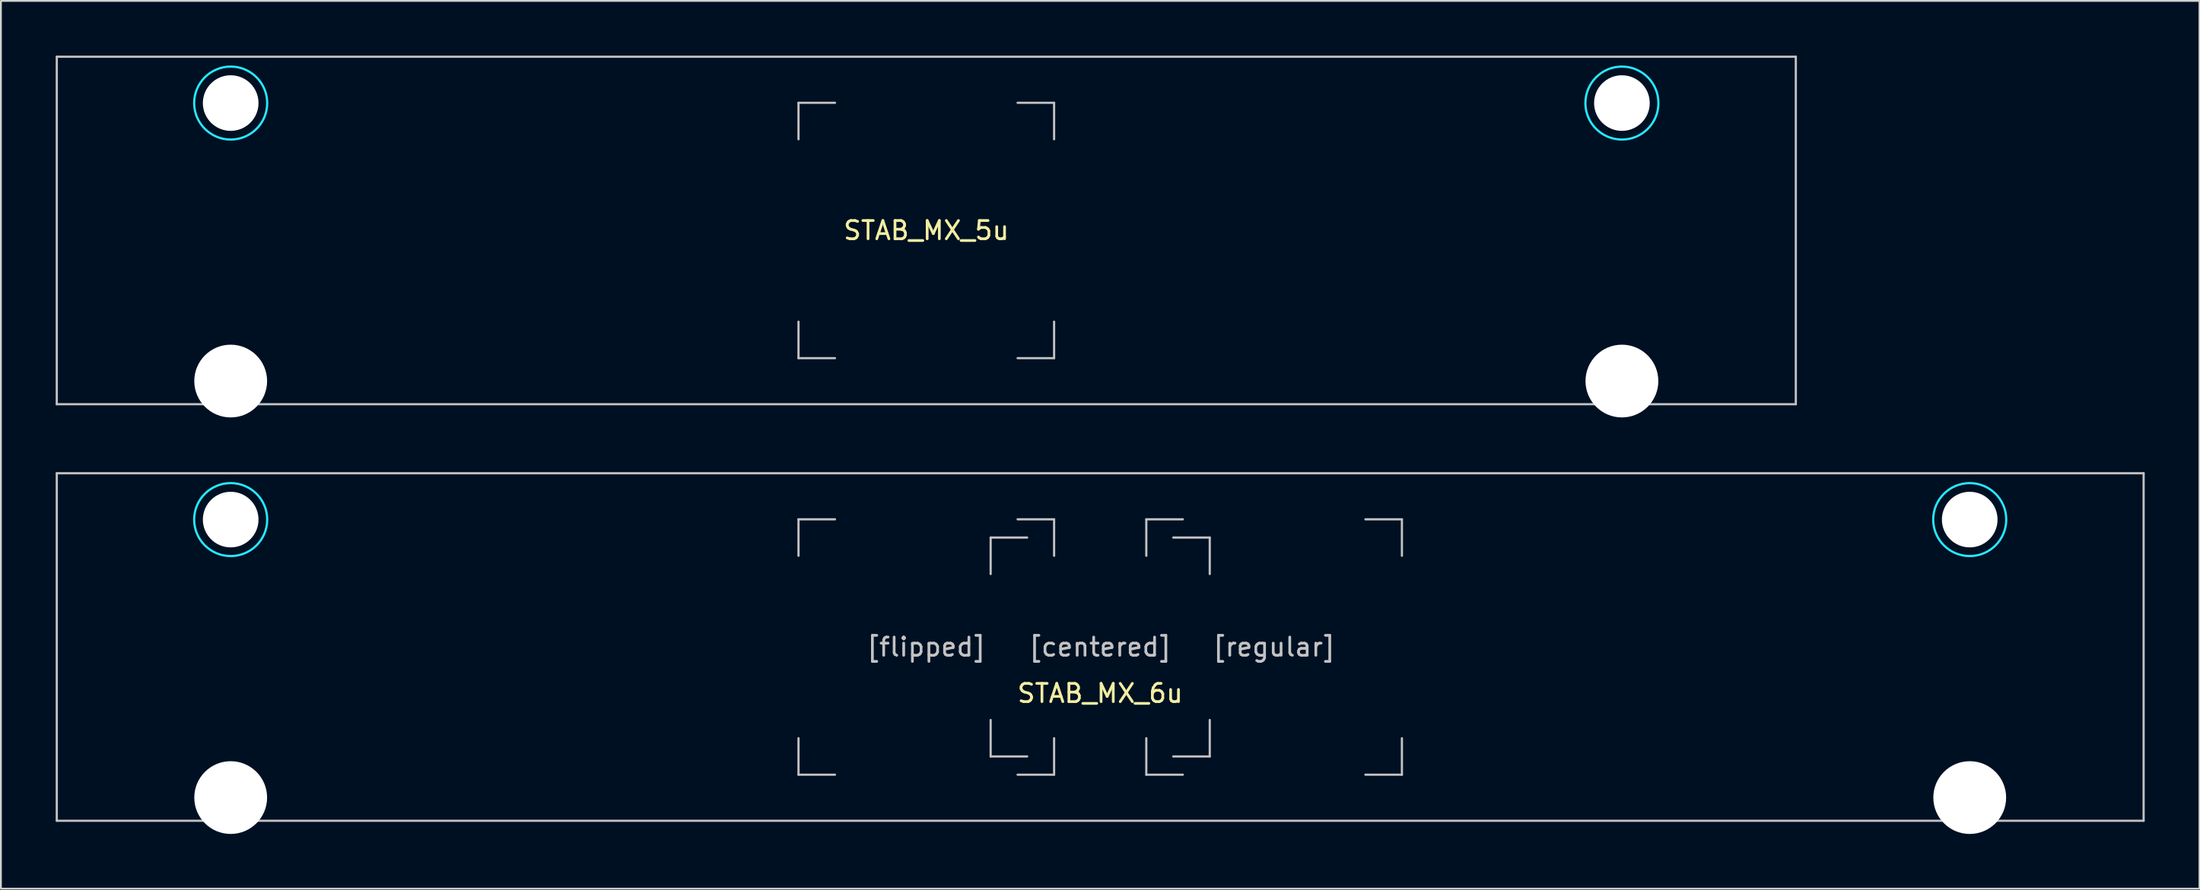
<source format=kicad_pcb>
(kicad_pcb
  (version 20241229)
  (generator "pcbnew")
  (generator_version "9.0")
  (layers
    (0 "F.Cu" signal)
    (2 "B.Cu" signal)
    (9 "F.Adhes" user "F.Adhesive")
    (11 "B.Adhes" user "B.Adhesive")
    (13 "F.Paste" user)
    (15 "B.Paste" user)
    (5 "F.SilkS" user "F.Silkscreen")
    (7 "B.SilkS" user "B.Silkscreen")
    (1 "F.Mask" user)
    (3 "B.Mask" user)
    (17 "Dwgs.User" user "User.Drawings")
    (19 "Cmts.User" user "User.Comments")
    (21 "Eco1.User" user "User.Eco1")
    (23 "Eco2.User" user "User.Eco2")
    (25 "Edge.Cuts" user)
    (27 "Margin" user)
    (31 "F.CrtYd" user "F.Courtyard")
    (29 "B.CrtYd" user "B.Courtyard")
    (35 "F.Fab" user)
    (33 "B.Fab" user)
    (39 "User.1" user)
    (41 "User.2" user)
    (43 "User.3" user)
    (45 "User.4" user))
  (footprint "STAB_MX_5u"
    (layer "F.Cu")
    (at 47.685 9.585)
    (property "Reference" "STAB_MX_5u" (at 0 0 0) (layer "F.SilkS") (effects (font (size 1 1) (thickness 0.15))))
    (attr through_hole exclude_from_pos_files exclude_from_bom)
    (fp_line (start -47.625 -9.525) (end -47.625 9.525) (stroke (width 0.12) (type solid)) (layer "Dwgs.User"))
    (fp_line (start -47.625 -9.525) (end 47.625 -9.525) (stroke (width 0.12) (type solid)) (layer "Dwgs.User"))
    (fp_line (start -47.625 9.525) (end 47.625 9.525) (stroke (width 0.12) (type solid)) (layer "Dwgs.User"))
    (fp_line (start -7 -7) (end -5 -7) (stroke (width 0.12) (type solid)) (layer "Dwgs.User"))
    (fp_line (start -7 -5) (end -7 -7) (stroke (width 0.12) (type solid)) (layer "Dwgs.User"))
    (fp_line (start -7 7) (end -7 5) (stroke (width 0.12) (type solid)) (layer "Dwgs.User"))
    (fp_line (start -5 7) (end -7 7) (stroke (width 0.12) (type solid)) (layer "Dwgs.User"))
    (fp_line (start 5 -7) (end 7 -7) (stroke (width 0.12) (type solid)) (layer "Dwgs.User"))
    (fp_line (start 5 7) (end 7 7) (stroke (width 0.12) (type solid)) (layer "Dwgs.User"))
    (fp_line (start 7 -7) (end 7 -5) (stroke (width 0.12) (type solid)) (layer "Dwgs.User"))
    (fp_line (start 7 7) (end 7 5) (stroke (width 0.12) (type solid)) (layer "Dwgs.User"))
    (fp_line (start 47.625 -9.525) (end 47.625 9.525) (stroke (width 0.12) (type solid)) (layer "Dwgs.User"))
    (fp_line (start -41.475 -5.5) (end -41.475 7.5) (stroke (width 0.05) (type solid)) (layer "Eco2.User"))
    (fp_line (start -40.975 -6) (end -35.225 -6) (stroke (width 0.05) (type solid)) (layer "Eco2.User"))
    (fp_line (start -40.975 8) (end -35.225 8) (stroke (width 0.05) (type solid)) (layer "Eco2.User"))
    (fp_line (start -34.725 -5.5) (end -34.725 7.5) (stroke (width 0.05) (type solid)) (layer "Eco2.User"))
    (fp_line (start 34.725 -5.5) (end 34.725 7.5) (stroke (width 0.05) (type solid)) (layer "Eco2.User"))
    (fp_line (start 35.225 -6) (end 40.974 -6) (stroke (width 0.05) (type solid)) (layer "Eco2.User"))
    (fp_line (start 35.225 8) (end 40.975 8) (stroke (width 0.05) (type solid)) (layer "Eco2.User"))
    (fp_line (start 41.474 -5.5) (end 41.475 7.5) (stroke (width 0.05) (type solid)) (layer "Eco2.User"))
    (fp_arc (start -41.475 -5.499999) (mid -41.328553 -5.853552) (end -40.975 -5.999999) (stroke (width 0.05) (type solid)) (layer "Eco2.User"))
    (fp_arc (start -40.975 8.000001) (mid -41.328553 7.853554) (end -41.475 7.500001) (stroke (width 0.05) (type solid)) (layer "Eco2.User"))
    (fp_arc (start -35.225 -5.999999) (mid -34.871447 -5.853552) (end -34.725 -5.499999) (stroke (width 0.05) (type solid)) (layer "Eco2.User"))
    (fp_arc (start -34.725 7.500001) (mid -34.871447 7.853554) (end -35.225 8.000001) (stroke (width 0.05) (type solid)) (layer "Eco2.User"))
    (fp_arc (start 34.725 -5.499999) (mid 34.871446 -5.853553) (end 35.225 -5.999999) (stroke (width 0.05) (type solid)) (layer "Eco2.User"))
    (fp_arc (start 35.225 8.000001) (mid 34.871446 7.853554) (end 34.725 7.500001) (stroke (width 0.05) (type solid)) (layer "Eco2.User"))
    (fp_arc (start 40.973789 -5.999999) (mid 41.327349 -5.853556) (end 41.473789 -5.499999) (stroke (width 0.05) (type solid)) (layer "Eco2.User"))
    (fp_arc (start 41.475 7.500001) (mid 41.328553 7.853554) (end 40.975 8.000001) (stroke (width 0.05) (type solid)) (layer "Eco2.User"))
    (fp_circle (center -38.1 -6.985) (end -36.1 -6.985) (stroke (width 0.12) (type solid)) (fill no) (layer "B.CrtYd"))
    (fp_circle (center 38.1 -6.985) (end 40.1 -6.985) (stroke (width 0.12) (type solid)) (fill no) (layer "B.CrtYd"))
    (pad "" np_thru_hole circle (at -38.1 -6.985) (size 3.048 3.048) (drill 3.048) (layers "*.Cu" "*.Mask"))
    (pad "" np_thru_hole circle (at -38.1 8.255) (size 3.988 3.988) (drill 3.988) (layers "*.Cu" "*.Mask"))
    (pad "" np_thru_hole circle (at 38.1 -6.985) (size 3.048 3.048) (drill 3.048) (layers "*.Cu" "*.Mask"))
    (pad "" np_thru_hole circle (at 38.1 8.255) (size 3.988 3.988) (drill 3.988) (layers "*.Cu" "*.Mask")))
  (footprint "STAB_MX_6u"
    (layer "F.Cu")
    (at 57.21 32.419)
    (property "Reference" "STAB_MX_6u" (at 0 2.54 0) (layer "F.SilkS") (effects (font (size 1 1) (thickness 0.15))))
    (attr through_hole exclude_from_pos_files exclude_from_bom)
    (fp_line (start -57.15 -9.525) (end -57.15 9.525) (stroke (width 0.12) (type solid)) (layer "Dwgs.User"))
    (fp_line (start -57.15 9.525) (end 57.15 9.525) (stroke (width 0.12) (type solid)) (layer "Dwgs.User"))
    (fp_line (start -16.525 -7) (end -14.525 -7) (stroke (width 0.12) (type solid)) (layer "Dwgs.User"))
    (fp_line (start -16.525 -5) (end -16.525 -7) (stroke (width 0.12) (type solid)) (layer "Dwgs.User"))
    (fp_line (start -16.525 7) (end -16.525 5) (stroke (width 0.12) (type solid)) (layer "Dwgs.User"))
    (fp_line (start -14.525 7) (end -16.525 7) (stroke (width 0.12) (type solid)) (layer "Dwgs.User"))
    (fp_line (start -6 -6) (end -4 -6) (stroke (width 0.12) (type solid)) (layer "Dwgs.User"))
    (fp_line (start -6 -4) (end -6 -6) (stroke (width 0.12) (type solid)) (layer "Dwgs.User"))
    (fp_line (start -6 6) (end -6 4) (stroke (width 0.12) (type solid)) (layer "Dwgs.User"))
    (fp_line (start -4.525 -7) (end -2.525 -7) (stroke (width 0.12) (type solid)) (layer "Dwgs.User"))
    (fp_line (start -4.525 7) (end -2.525 7) (stroke (width 0.12) (type solid)) (layer "Dwgs.User"))
    (fp_line (start -4 6) (end -6 6) (stroke (width 0.12) (type solid)) (layer "Dwgs.User"))
    (fp_line (start -2.525 -7) (end -2.525 -5) (stroke (width 0.12) (type solid)) (layer "Dwgs.User"))
    (fp_line (start -2.525 7) (end -2.525 5) (stroke (width 0.12) (type solid)) (layer "Dwgs.User"))
    (fp_line (start 2.525 -7) (end 4.525 -7) (stroke (width 0.12) (type solid)) (layer "Dwgs.User"))
    (fp_line (start 2.525 -5) (end 2.525 -7) (stroke (width 0.12) (type solid)) (layer "Dwgs.User"))
    (fp_line (start 2.525 7) (end 2.525 5) (stroke (width 0.12) (type solid)) (layer "Dwgs.User"))
    (fp_line (start 4 6) (end 6 6) (stroke (width 0.12) (type solid)) (layer "Dwgs.User"))
    (fp_line (start 4.525 7) (end 2.525 7) (stroke (width 0.12) (type solid)) (layer "Dwgs.User"))
    (fp_line (start 6 -6) (end 4 -6) (stroke (width 0.12) (type solid)) (layer "Dwgs.User"))
    (fp_line (start 6 -4) (end 6 -6) (stroke (width 0.12) (type solid)) (layer "Dwgs.User"))
    (fp_line (start 6 6) (end 6 4) (stroke (width 0.12) (type solid)) (layer "Dwgs.User"))
    (fp_line (start 14.525 -7) (end 16.525 -7) (stroke (width 0.12) (type solid)) (layer "Dwgs.User"))
    (fp_line (start 14.525 7) (end 16.525 7) (stroke (width 0.12) (type solid)) (layer "Dwgs.User"))
    (fp_line (start 16.525 -7) (end 16.525 -5) (stroke (width 0.12) (type solid)) (layer "Dwgs.User"))
    (fp_line (start 16.525 7) (end 16.525 5) (stroke (width 0.12) (type solid)) (layer "Dwgs.User"))
    (fp_line (start 57.15 -9.525) (end -57.15 -9.525) (stroke (width 0.12) (type solid)) (layer "Dwgs.User"))
    (fp_line (start 57.15 -9.525) (end 57.15 9.525) (stroke (width 0.12) (type solid)) (layer "Dwgs.User"))
    (fp_line (start -51 -5.5) (end -51 7.5) (stroke (width 0.05) (type solid)) (layer "Eco2.User"))
    (fp_line (start -50.5 -6) (end -44.75 -6) (stroke (width 0.05) (type solid)) (layer "Eco2.User"))
    (fp_line (start -50.5 8) (end -44.75 8) (stroke (width 0.05) (type solid)) (layer "Eco2.User"))
    (fp_line (start -44.25 -5.5) (end -44.25 7.5) (stroke (width 0.05) (type solid)) (layer "Eco2.User"))
    (fp_line (start 44.25 -5.5) (end 44.25 7.5) (stroke (width 0.05) (type solid)) (layer "Eco2.User"))
    (fp_line (start 44.75 -6) (end 50.499 -6) (stroke (width 0.05) (type solid)) (layer "Eco2.User"))
    (fp_line (start 44.75 8) (end 50.5 8) (stroke (width 0.05) (type solid)) (layer "Eco2.User"))
    (fp_line (start 50.999 -5.5) (end 51 7.5) (stroke (width 0.05) (type solid)) (layer "Eco2.User"))
    (fp_arc (start -51 -5.499999) (mid -50.853553 -5.853552) (end -50.5 -5.999999) (stroke (width 0.05) (type solid)) (layer "Eco2.User"))
    (fp_arc (start -50.5 8.000001) (mid -50.853553 7.853554) (end -51 7.500001) (stroke (width 0.05) (type solid)) (layer "Eco2.User"))
    (fp_arc (start -44.75 -5.999999) (mid -44.396447 -5.853552) (end -44.25 -5.499999) (stroke (width 0.05) (type solid)) (layer "Eco2.User"))
    (fp_arc (start -44.25 7.500001) (mid -44.396447 7.853554) (end -44.75 8.000001) (stroke (width 0.05) (type solid)) (layer "Eco2.User"))
    (fp_arc (start 44.25 -5.499999) (mid 44.396447 -5.853552) (end 44.75 -5.999999) (stroke (width 0.05) (type solid)) (layer "Eco2.User"))
    (fp_arc (start 44.75 8.000001) (mid 44.396447 7.853554) (end 44.25 7.500001) (stroke (width 0.05) (type solid)) (layer "Eco2.User"))
    (fp_arc (start 50.498789 -5.999999) (mid 50.852342 -5.853552) (end 50.998789 -5.499999) (stroke (width 0.05) (type solid)) (layer "Eco2.User"))
    (fp_arc (start 51 7.500001) (mid 50.853553 7.853554) (end 50.5 8.000001) (stroke (width 0.05) (type solid)) (layer "Eco2.User"))
    (fp_circle (center -47.625 -6.985) (end -45.625 -6.985) (stroke (width 0.12) (type solid)) (fill no) (layer "B.CrtYd"))
    (fp_circle (center 47.625 -6.985) (end 49.625 -6.985) (stroke (width 0.12) (type solid)) (fill no) (layer "B.CrtYd"))
    (fp_text user "[regular]" (at 9.525 0 0) (layer "Dwgs.User") (effects (font (size 1 1) (thickness 0.15))))
    (fp_text user "[flipped]" (at -9.525 0 0) (layer "Dwgs.User") (effects (font (size 1 1) (thickness 0.15))))
    (fp_text user "[centered]" (at 0 0 0) (layer "Dwgs.User") (effects (font (size 1 1) (thickness 0.15))))
    (pad "" np_thru_hole circle (at -47.625 -6.985) (size 3.048 3.048) (drill 3.048) (layers "*.Cu" "*.Mask"))
    (pad "" np_thru_hole circle (at -47.625 8.255) (size 3.988 3.988) (drill 3.988) (layers "*.Cu" "*.Mask"))
    (pad "" np_thru_hole circle (at 47.625 -6.985) (size 3.048 3.048) (drill 3.048) (layers "*.Cu" "*.Mask"))
    (pad "" np_thru_hole circle (at 47.625 8.255) (size 3.988 3.988) (drill 3.988) (layers "*.Cu" "*.Mask")))
  (gr_rect
    (start -3 -3)
    (end 117.42 45.668)
    (stroke (width 0.1) (type default))
    (fill no)
    (layer "Edge.Cuts")))
</source>
